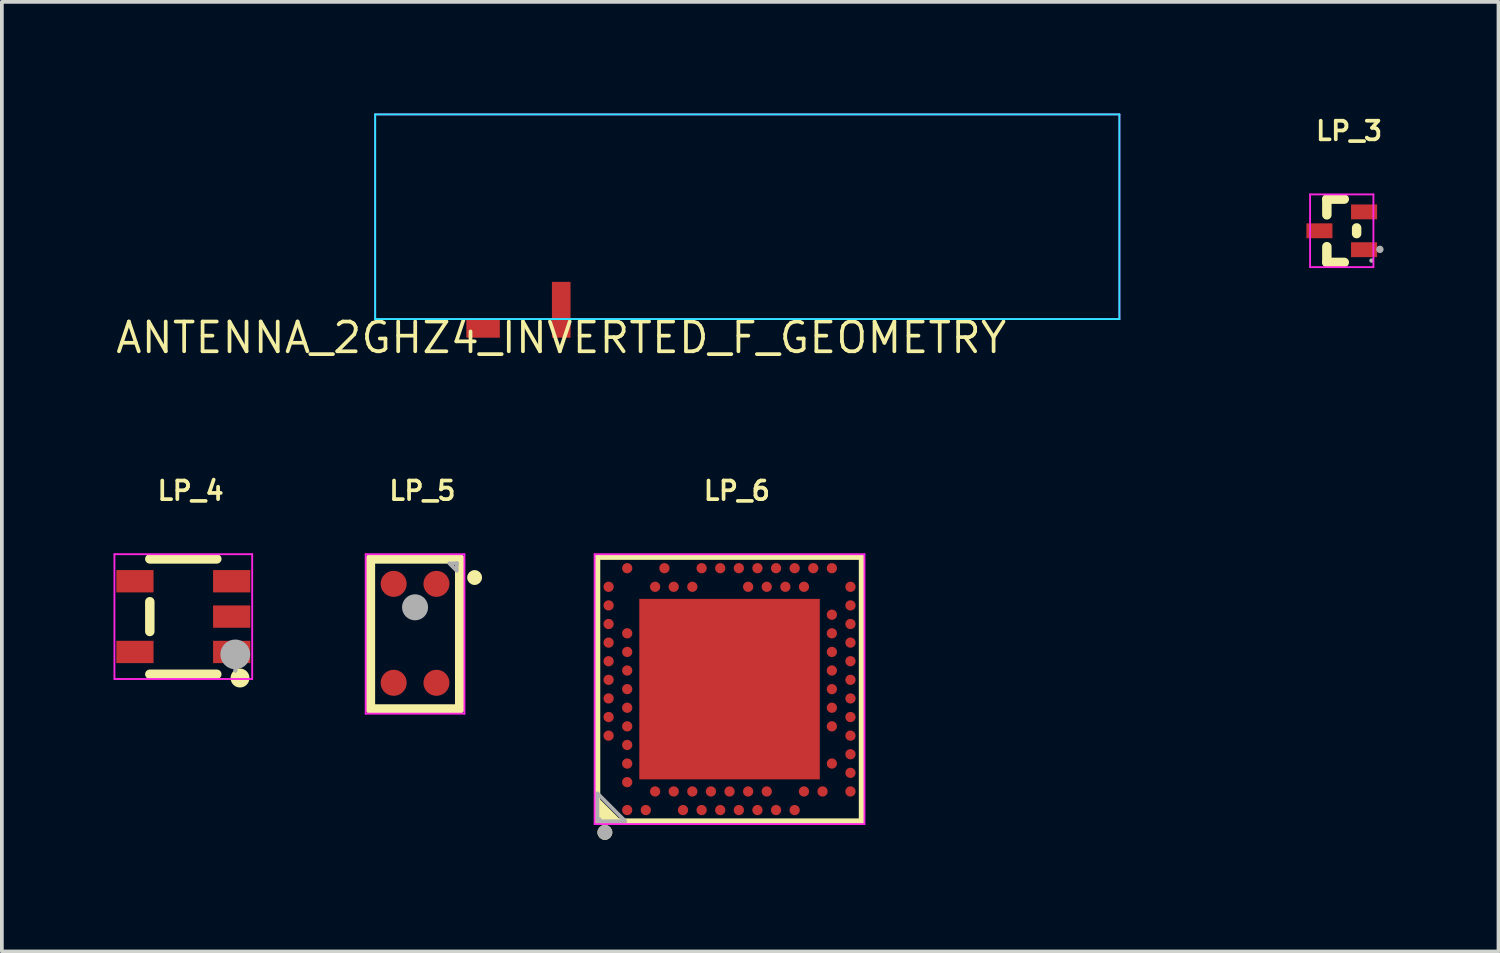
<source format=kicad_pcb>
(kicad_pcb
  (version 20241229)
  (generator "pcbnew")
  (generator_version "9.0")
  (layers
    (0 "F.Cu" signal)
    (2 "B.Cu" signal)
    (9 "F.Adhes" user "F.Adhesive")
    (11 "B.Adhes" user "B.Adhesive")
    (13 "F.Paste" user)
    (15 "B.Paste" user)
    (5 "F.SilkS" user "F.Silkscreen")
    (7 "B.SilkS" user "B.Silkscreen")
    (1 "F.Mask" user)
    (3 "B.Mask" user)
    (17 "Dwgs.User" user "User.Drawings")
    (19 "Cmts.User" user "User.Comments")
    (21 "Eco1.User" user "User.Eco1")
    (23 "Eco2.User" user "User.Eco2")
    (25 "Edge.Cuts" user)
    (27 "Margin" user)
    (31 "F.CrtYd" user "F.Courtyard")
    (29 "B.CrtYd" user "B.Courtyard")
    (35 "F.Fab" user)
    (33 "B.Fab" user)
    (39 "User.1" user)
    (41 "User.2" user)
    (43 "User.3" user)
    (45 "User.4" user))
  (footprint "LP_3"
    (layer "F.Cu")
    (at 33.007 3.151)
    (property "Reference" "LP_3" (at -0.75 -2.683 0) (layer "F.SilkS") (effects (font (size 0.5 0.5) (thickness 0.1)) (justify left)))
    (fp_line (start -0.4 -0.85) (end -0.4 -0.427) (stroke (width 0.254) (type solid)) (layer "F.SilkS"))
    (fp_line (start -0.4 -0.85) (end 0.068 -0.85) (stroke (width 0.254) (type solid)) (layer "F.SilkS"))
    (fp_line (start -0.4 0.428) (end -0.4 0.85) (stroke (width 0.254) (type solid)) (layer "F.SilkS"))
    (fp_line (start -0.4 0.85) (end 0.068 0.85) (stroke (width 0.254) (type solid)) (layer "F.SilkS"))
    (fp_line (start 0.4 -0.076) (end 0.4 0.077) (stroke (width 0.254) (type solid)) (layer "F.SilkS"))
    (fp_line (start -0.851 -0.977) (end -0.851 0.977) (stroke (width 0.05) (type solid)) (layer "F.CrtYd"))
    (fp_line (start -0.851 0.977) (end 0.851 0.977) (stroke (width 0.05) (type solid)) (layer "F.CrtYd"))
    (fp_line (start 0.851 -0.977) (end -0.851 -0.977) (stroke (width 0.05) (type solid)) (layer "F.CrtYd"))
    (fp_line (start 0.851 0.977) (end 0.851 -0.977) (stroke (width 0.05) (type solid)) (layer "F.CrtYd"))
    (fp_arc (start 0.83 0.801) (mid 0.77 0.801) (end 0.83 0.801) (stroke (width 0.06) (type solid)) (layer "F.Fab"))
    (fp_arc (start 1.075 0.5) (mid 0.975 0.5) (end 1.075 0.5) (stroke (width 0.1) (type solid)) (layer "F.Fab"))
    (pad "1" smd rect (at 0.6 0.509 90) (size 0.4 0.7) (layers "F.Cu" "F.Mask" "F.Paste"))
    (pad "2" smd rect (at 0.6 -0.507 90) (size 0.4 0.7) (layers "F.Cu" "F.Mask" "F.Paste"))
    (pad "3" smd rect (at -0.6 0.001 90) (size 0.4 0.7) (layers "F.Cu" "F.Mask" "F.Paste")))
  (footprint "LP_4"
    (layer "F.Cu")
    (at 1.876 13.52)
    (property "Reference" "LP_4" (at -0.75 -3.383 0) (layer "F.SilkS") (effects (font (size 0.5 0.5) (thickness 0.1)) (justify left)))
    (fp_line (start -0.9 -1.55) (end 0.9 -1.55) (stroke (width 0.254) (type solid)) (layer "F.SilkS"))
    (fp_line (start -0.9 0.4) (end -0.9 -0.4) (stroke (width 0.254) (type solid)) (layer "F.SilkS"))
    (fp_line (start -0.9 1.55) (end 0.9 1.55) (stroke (width 0.254) (type solid)) (layer "F.SilkS"))
    (fp_arc (start 1.651 1.651) (mid 1.397 1.651) (end 1.651 1.651) (stroke (width 0.254) (type solid)) (layer "F.SilkS"))
    (fp_line (start -1.851 -1.677) (end -1.851 1.677) (stroke (width 0.05) (type solid)) (layer "F.CrtYd"))
    (fp_line (start -1.851 1.677) (end 1.851 1.677) (stroke (width 0.05) (type solid)) (layer "F.CrtYd"))
    (fp_line (start 1.851 -1.677) (end -1.851 -1.677) (stroke (width 0.05) (type solid)) (layer "F.CrtYd"))
    (fp_line (start 1.851 1.677) (end 1.851 -1.677) (stroke (width 0.05) (type solid)) (layer "F.CrtYd"))
    (fp_arc (start 1.43 1.45) (mid 1.37 1.45) (end 1.43 1.45) (stroke (width 0.06) (type solid)) (layer "F.Fab"))
    (fp_arc (start 1.597 1.016) (mid 1.197 1.016) (end 1.597 1.016) (stroke (width 0.4) (type solid)) (layer "F.Fab"))
    (pad "1" smd rect (at 1.3 0.95) (size 1 0.6) (layers "F.Cu" "F.Mask" "F.Paste"))
    (pad "2" smd rect (at 1.3 0) (size 1 0.6) (layers "F.Cu" "F.Mask" "F.Paste"))
    (pad "3" smd rect (at 1.3 -0.95) (size 1 0.6) (layers "F.Cu" "F.Mask" "F.Paste"))
    (pad "4" smd rect (at -1.3 -0.95) (size 1 0.6) (layers "F.Cu" "F.Mask" "F.Paste"))
    (pad "5" smd rect (at -1.3 0.95) (size 1 0.6) (layers "F.Cu" "F.Mask" "F.Paste")))
  (footprint "ANTENNA_2GHZ4_INVERTED_F_GEOMETRY"
    (layer "F.Cu")
    (at 12.032 6.025)
    (property "Reference" "ANTENNA_2GHZ4_INVERTED_F_GEOMETRY" (at 0 0 0) (layer "F.SilkS") (effects (font (size 0.8 0.8) (thickness 0.1))))
    (fp_line (start -5 -6) (end -5 -0.5) (stroke (width 0.05) (type solid)) (layer "B.CrtYd"))
    (fp_line (start -5 -0.5) (end 15 -0.5) (stroke (width 0.05) (type solid)) (layer "B.CrtYd"))
    (fp_line (start 15 -6) (end -5 -6) (stroke (width 0.05) (type solid)) (layer "B.CrtYd"))
    (fp_line (start 15 -0.5) (end 15 -6) (stroke (width 0.05) (type solid)) (layer "B.CrtYd"))
    (fp_line (start -5 -6) (end -5 -0.5) (stroke (width 0.05) (type solid)) (layer "F.CrtYd"))
    (fp_line (start -5 -0.5) (end 15 -0.5) (stroke (width 0.05) (type solid)) (layer "F.CrtYd"))
    (fp_line (start 15 -6) (end -5 -6) (stroke (width 0.05) (type solid)) (layer "F.CrtYd"))
    (fp_line (start 15 -0.5) (end 15 -6) (stroke (width 0.05) (type solid)) (layer "F.CrtYd"))
    (fp_line (start 17 -6) (end -7 -6) (stroke (width 0.05) (type solid)) (layer "User.1"))
    (pad "" smd rect (at 5 -3.25) (size 20 5.5) (layers "F.Mask"))
    (pad "gnd" smd rect (at -2.1 -0.25) (size 0.9 0.5) (layers "F.Cu" "F.Mask" "F.Paste"))
    (pad "launch" smd custom (at 0 -0.25) (size 0.01 0.01) (layers "F.Cu") (options (anchor circle)) (primitives (gr_poly (pts (xy -0.25 0.25) (xy -0.15 0.25) (xy 0 0.25) (xy 0.15 0.25) (xy 0.25 0.25) (xy 0.25 -1.25) (xy -0.25 -1.25)) (width 0) (fill yes)))))
  (footprint "LP_5"
    (layer "F.Cu")
    (at 8.104 13.986)
    (property "Reference" "LP_5" (at -0.75 -3.849 0) (layer "F.SilkS") (effects (font (size 0.5 0.5) (thickness 0.1)) (justify left)))
    (fp_line (start -1.2 -2.016) (end -1.2 2.016) (stroke (width 0.254) (type solid)) (layer "F.SilkS"))
    (fp_line (start -1.2 -2.016) (end 1.2 -2.016) (stroke (width 0.254) (type solid)) (layer "F.SilkS"))
    (fp_line (start -1.2 2.016) (end 1.2 2.016) (stroke (width 0.254) (type solid)) (layer "F.SilkS"))
    (fp_line (start 1.2 -2.016) (end 1.2 1.984) (stroke (width 0.254) (type solid)) (layer "F.SilkS"))
    (fp_arc (start 1.7 -1.516) (mid 1.5 -1.516) (end 1.7 -1.516) (stroke (width 0.2) (type solid)) (layer "F.SilkS"))
    (fp_line (start -1.327 -2.143) (end -1.327 2.143) (stroke (width 0.05) (type solid)) (layer "F.CrtYd"))
    (fp_line (start -1.327 2.143) (end 1.327 2.143) (stroke (width 0.05) (type solid)) (layer "F.CrtYd"))
    (fp_line (start 1.327 -2.143) (end -1.327 -2.143) (stroke (width 0.05) (type solid)) (layer "F.CrtYd"))
    (fp_line (start 1.327 2.143) (end 1.327 -2.143) (stroke (width 0.05) (type solid)) (layer "F.CrtYd"))
    (fp_arc (start 0.175 -0.716) (mid -0.175 -0.716) (end 0.175 -0.716) (stroke (width 0.35) (type solid)) (layer "F.Fab"))
    (fp_arc (start 1.15 -1.896) (mid 1.09 -1.896) (end 1.15 -1.896) (stroke (width 0.06) (type solid)) (layer "F.Fab"))
    (fp_poly (pts (xy 1.12 -1.896) (xy 0.92 -1.896) (xy 1.12 -1.696) (xy 1.12 -1.896)) (stroke (width 0.1) (type solid)) (fill no) (layer "F.Fab"))
    (pad "1" smd circle (at 0.575 -1.346) (size 0.7 0.7) (layers "F.Cu" "F.Mask" "F.Paste"))
    (pad "2" smd circle (at 0.575 1.313) (size 0.7 0.7) (layers "F.Cu" "F.Mask" "F.Paste"))
    (pad "3" smd circle (at -0.575 1.313) (size 0.7 0.7) (layers "F.Cu" "F.Mask" "F.Paste"))
    (pad "4" smd circle (at -0.575 -1.346) (size 0.7 0.7) (layers "F.Cu" "F.Mask" "F.Paste")))
  (footprint "LP_6"
    (layer "F.Cu")
    (at 16.555 15.469)
    (property "Reference" "LP_6" (at -0.75 -5.332 0) (layer "F.SilkS") (effects (font (size 0.5 0.5) (thickness 0.1)) (justify left)))
    (fp_line (start -3.55 -3.55) (end -3.55 3.55) (stroke (width 0.152) (type solid)) (layer "F.SilkS"))
    (fp_line (start -3.55 3.55) (end 3.55 3.55) (stroke (width 0.152) (type solid)) (layer "F.SilkS"))
    (fp_line (start -3.5 3.05) (end -3 3.55) (stroke (width 0.152) (type solid)) (layer "F.SilkS"))
    (fp_line (start -3 3.55) (end -2.991 3.55) (stroke (width 0.152) (type solid)) (layer "F.SilkS"))
    (fp_line (start 3.55 -3.55) (end -3.55 -3.55) (stroke (width 0.152) (type solid)) (layer "F.SilkS"))
    (fp_line (start 3.55 3.55) (end 3.55 -3.55) (stroke (width 0.152) (type solid)) (layer "F.SilkS"))
    (fp_arc (start -3.25 3.85) (mid -3.45 3.85) (end -3.25 3.85) (stroke (width 0.2) (type solid)) (layer "F.SilkS"))
    (fp_poly (pts (xy -3.55 3.55) (xy -3.55 3) (xy -3 3.55) (xy -3.55 3.55)) (stroke (width 0) (type solid)) (fill yes) (layer "F.SilkS"))
    (fp_line (start -3.626 -3.626) (end -3.626 3.626) (stroke (width 0.05) (type solid)) (layer "F.CrtYd"))
    (fp_line (start -3.626 3.626) (end 3.626 3.626) (stroke (width 0.05) (type solid)) (layer "F.CrtYd"))
    (fp_line (start 3.626 -3.626) (end -3.626 -3.626) (stroke (width 0.05) (type solid)) (layer "F.CrtYd"))
    (fp_line (start 3.626 3.626) (end 3.626 -3.626) (stroke (width 0.05) (type solid)) (layer "F.CrtYd"))
    (fp_arc (start -3.47 3.5) (mid -3.53 3.5) (end -3.47 3.5) (stroke (width 0.06) (type solid)) (layer "F.Fab"))
    (fp_arc (start -3.25 3.85) (mid -3.45 3.85) (end -3.25 3.85) (stroke (width 0.2) (type solid)) (layer "F.Fab"))
    (fp_poly (pts (xy -3.55 2.8) (xy -3.55 3.55) (xy -2.8 3.55) (xy -3.55 2.8)) (stroke (width 0.1) (type solid)) (fill no) (layer "F.Fab"))
    (pad "74" smd rect (at 0 0) (size 4.85 4.85) (layers "F.Cu" "F.Mask" "F.Paste"))
    (pad "A8" smd circle (at -3.25 1.25) (size 0.275 0.275) (layers "F.Cu" "F.Mask" "F.Paste"))
    (pad "A10" smd circle (at -3.25 0.75) (size 0.275 0.275) (layers "F.Cu" "F.Mask" "F.Paste"))
    (pad "A12" smd circle (at -3.25 0.25) (size 0.275 0.275) (layers "F.Cu" "F.Mask" "F.Paste"))
    (pad "A14" smd circle (at -3.25 -0.25) (size 0.275 0.275) (layers "F.Cu" "F.Mask" "F.Paste"))
    (pad "A16" smd circle (at -3.25 -0.75) (size 0.275 0.275) (layers "F.Cu" "F.Mask" "F.Paste"))
    (pad "A18" smd circle (at -3.25 -1.25) (size 0.275 0.275) (layers "F.Cu" "F.Mask" "F.Paste"))
    (pad "A20" smd circle (at -3.25 -1.75) (size 0.275 0.275) (layers "F.Cu" "F.Mask" "F.Paste"))
    (pad "A22" smd circle (at -3.25 -2.25) (size 0.275 0.275) (layers "F.Cu" "F.Mask" "F.Paste"))
    (pad "A23" smd circle (at -3.25 -2.75) (size 0.275 0.275) (layers "F.Cu" "F.Mask" "F.Paste"))
    (pad "AA24" smd circle (at 2.25 -3.25) (size 0.275 0.275) (layers "F.Cu" "F.Mask" "F.Paste"))
    (pad "AB2" smd circle (at 2.5 2.75) (size 0.275 0.275) (layers "F.Cu" "F.Mask" "F.Paste"))
    (pad "AC5" smd circle (at 2.75 2) (size 0.275 0.275) (layers "F.Cu" "F.Mask" "F.Paste"))
    (pad "AC9" smd circle (at 2.75 1) (size 0.275 0.275) (layers "F.Cu" "F.Mask" "F.Paste"))
    (pad "AC11" smd circle (at 2.75 0.5) (size 0.275 0.275) (layers "F.Cu" "F.Mask" "F.Paste"))
    (pad "AC13" smd circle (at 2.75 0) (size 0.275 0.275) (layers "F.Cu" "F.Mask" "F.Paste"))
    (pad "AC15" smd circle (at 2.75 -0.5) (size 0.275 0.275) (layers "F.Cu" "F.Mask" "F.Paste"))
    (pad "AC17" smd circle (at 2.75 -1) (size 0.275 0.275) (layers "F.Cu" "F.Mask" "F.Paste"))
    (pad "AC19" smd circle (at 2.75 -1.5) (size 0.275 0.275) (layers "F.Cu" "F.Mask" "F.Paste"))
    (pad "AC21" smd circle (at 2.75 -2) (size 0.275 0.275) (layers "F.Cu" "F.Mask" "F.Paste"))
    (pad "AC24" smd circle (at 2.75 -3.25) (size 0.275 0.275) (layers "F.Cu" "F.Mask" "F.Paste"))
    (pad "AD2" smd circle (at 3.25 2.75) (size 0.275 0.275) (layers "F.Cu" "F.Mask" "F.Paste"))
    (pad "AD4" smd circle (at 3.25 2.25) (size 0.275 0.275) (layers "F.Cu" "F.Mask" "F.Paste"))
    (pad "AD6" smd circle (at 3.25 1.75) (size 0.275 0.275) (layers "F.Cu" "F.Mask" "F.Paste"))
    (pad "AD8" smd circle (at 3.25 1.25) (size 0.275 0.275) (layers "F.Cu" "F.Mask" "F.Paste"))
    (pad "AD10" smd circle (at 3.25 0.75) (size 0.275 0.275) (layers "F.Cu" "F.Mask" "F.Paste"))
    (pad "AD12" smd circle (at 3.25 0.25) (size 0.275 0.275) (layers "F.Cu" "F.Mask" "F.Paste"))
    (pad "AD14" smd circle (at 3.25 -0.25) (size 0.275 0.275) (layers "F.Cu" "F.Mask" "F.Paste"))
    (pad "AD16" smd circle (at 3.25 -0.75) (size 0.275 0.275) (layers "F.Cu" "F.Mask" "F.Paste"))
    (pad "AD18" smd circle (at 3.25 -1.25) (size 0.275 0.275) (layers "F.Cu" "F.Mask" "F.Paste"))
    (pad "AD20" smd circle (at 3.25 -1.75) (size 0.275 0.275) (layers "F.Cu" "F.Mask" "F.Paste"))
    (pad "AD22" smd circle (at 3.25 -2.25) (size 0.275 0.275) (layers "F.Cu" "F.Mask" "F.Paste"))
    (pad "AD23" smd circle (at 3.25 -2.75) (size 0.275 0.275) (layers "F.Cu" "F.Mask" "F.Paste"))
    (pad "B1" smd circle (at -2.75 3.25) (size 0.275 0.275) (layers "F.Cu" "F.Mask" "F.Paste"))
    (pad "B3" smd circle (at -2.75 2.5) (size 0.275 0.275) (layers "F.Cu" "F.Mask" "F.Paste"))
    (pad "B5" smd circle (at -2.75 2) (size 0.275 0.275) (layers "F.Cu" "F.Mask" "F.Paste"))
    (pad "B7" smd circle (at -2.75 1.5) (size 0.275 0.275) (layers "F.Cu" "F.Mask" "F.Paste"))
    (pad "B9" smd circle (at -2.75 1) (size 0.275 0.275) (layers "F.Cu" "F.Mask" "F.Paste"))
    (pad "B11" smd circle (at -2.75 0.5) (size 0.275 0.275) (layers "F.Cu" "F.Mask" "F.Paste"))
    (pad "B13" smd circle (at -2.75 0) (size 0.275 0.275) (layers "F.Cu" "F.Mask" "F.Paste"))
    (pad "B15" smd circle (at -2.75 -0.5) (size 0.275 0.275) (layers "F.Cu" "F.Mask" "F.Paste"))
    (pad "B17" smd circle (at -2.75 -1) (size 0.275 0.275) (layers "F.Cu" "F.Mask" "F.Paste"))
    (pad "B19" smd circle (at -2.75 -1.5) (size 0.275 0.275) (layers "F.Cu" "F.Mask" "F.Paste"))
    (pad "B24" smd circle (at -2.75 -3.25) (size 0.275 0.275) (layers "F.Cu" "F.Mask" "F.Paste"))
    (pad "C1" smd circle (at -2.25 3.25) (size 0.275 0.275) (layers "F.Cu" "F.Mask" "F.Paste"))
    (pad "D2" smd circle (at -2 2.75) (size 0.275 0.275) (layers "F.Cu" "F.Mask" "F.Paste"))
    (pad "D23" smd circle (at -2 -2.75) (size 0.275 0.275) (layers "F.Cu" "F.Mask" "F.Paste"))
    (pad "E24" smd circle (at -1.75 -3.25) (size 0.275 0.275) (layers "F.Cu" "F.Mask" "F.Paste"))
    (pad "F2" smd circle (at -1.5 2.75) (size 0.275 0.275) (layers "F.Cu" "F.Mask" "F.Paste"))
    (pad "F23" smd circle (at -1.5 -2.75) (size 0.275 0.275) (layers "F.Cu" "F.Mask" "F.Paste"))
    (pad "G1" smd circle (at -1.25 3.25) (size 0.275 0.275) (layers "F.Cu" "F.Mask" "F.Paste"))
    (pad "H2" smd circle (at -1 2.75) (size 0.275 0.275) (layers "F.Cu" "F.Mask" "F.Paste"))
    (pad "H23" smd circle (at -1 -2.75) (size 0.275 0.275) (layers "F.Cu" "F.Mask" "F.Paste"))
    (pad "J1" smd circle (at -0.75 3.25) (size 0.275 0.275) (layers "F.Cu" "F.Mask" "F.Paste"))
    (pad "J24" smd circle (at -0.75 -3.25) (size 0.275 0.275) (layers "F.Cu" "F.Mask" "F.Paste"))
    (pad "K2" smd circle (at -0.5 2.75) (size 0.275 0.275) (layers "F.Cu" "F.Mask" "F.Paste"))
    (pad "L1" smd circle (at -0.25 3.25) (size 0.275 0.275) (layers "F.Cu" "F.Mask" "F.Paste"))
    (pad "L24" smd circle (at -0.25 -3.25) (size 0.275 0.275) (layers "F.Cu" "F.Mask" "F.Paste"))
    (pad "M2" smd circle (at 0 2.75) (size 0.275 0.275) (layers "F.Cu" "F.Mask" "F.Paste"))
    (pad "N1" smd circle (at 0.25 3.25) (size 0.275 0.275) (layers "F.Cu" "F.Mask" "F.Paste"))
    (pad "N24" smd circle (at 0.25 -3.25) (size 0.275 0.275) (layers "F.Cu" "F.Mask" "F.Paste"))
    (pad "P2" smd circle (at 0.5 2.75) (size 0.275 0.275) (layers "F.Cu" "F.Mask" "F.Paste"))
    (pad "P23" smd circle (at 0.5 -2.75) (size 0.275 0.275) (layers "F.Cu" "F.Mask" "F.Paste"))
    (pad "R1" smd circle (at 0.75 3.25) (size 0.275 0.275) (layers "F.Cu" "F.Mask" "F.Paste"))
    (pad "R24" smd circle (at 0.75 -3.25) (size 0.275 0.275) (layers "F.Cu" "F.Mask" "F.Paste"))
    (pad "T2" smd circle (at 1 2.75) (size 0.275 0.275) (layers "F.Cu" "F.Mask" "F.Paste"))
    (pad "T23" smd circle (at 1 -2.75) (size 0.275 0.275) (layers "F.Cu" "F.Mask" "F.Paste"))
    (pad "U1" smd circle (at 1.25 3.25) (size 0.275 0.275) (layers "F.Cu" "F.Mask" "F.Paste"))
    (pad "U24" smd circle (at 1.25 -3.25) (size 0.275 0.275) (layers "F.Cu" "F.Mask" "F.Paste"))
    (pad "V23" smd circle (at 1.5 -2.75) (size 0.275 0.275) (layers "F.Cu" "F.Mask" "F.Paste"))
    (pad "W1" smd circle (at 1.75 3.25) (size 0.275 0.275) (layers "F.Cu" "F.Mask" "F.Paste"))
    (pad "W24" smd circle (at 1.75 -3.25) (size 0.275 0.275) (layers "F.Cu" "F.Mask" "F.Paste"))
    (pad "Y2" smd circle (at 2 2.75) (size 0.275 0.275) (layers "F.Cu" "F.Mask" "F.Paste"))
    (pad "Y23" smd circle (at 2 -2.75) (size 0.275 0.275) (layers "F.Cu" "F.Mask" "F.Paste")))
  (gr_rect
    (start -3 -3)
    (end 37.219 22.518)
    (stroke (width 0.1) (type default))
    (fill no)
    (layer "Edge.Cuts")))
</source>
